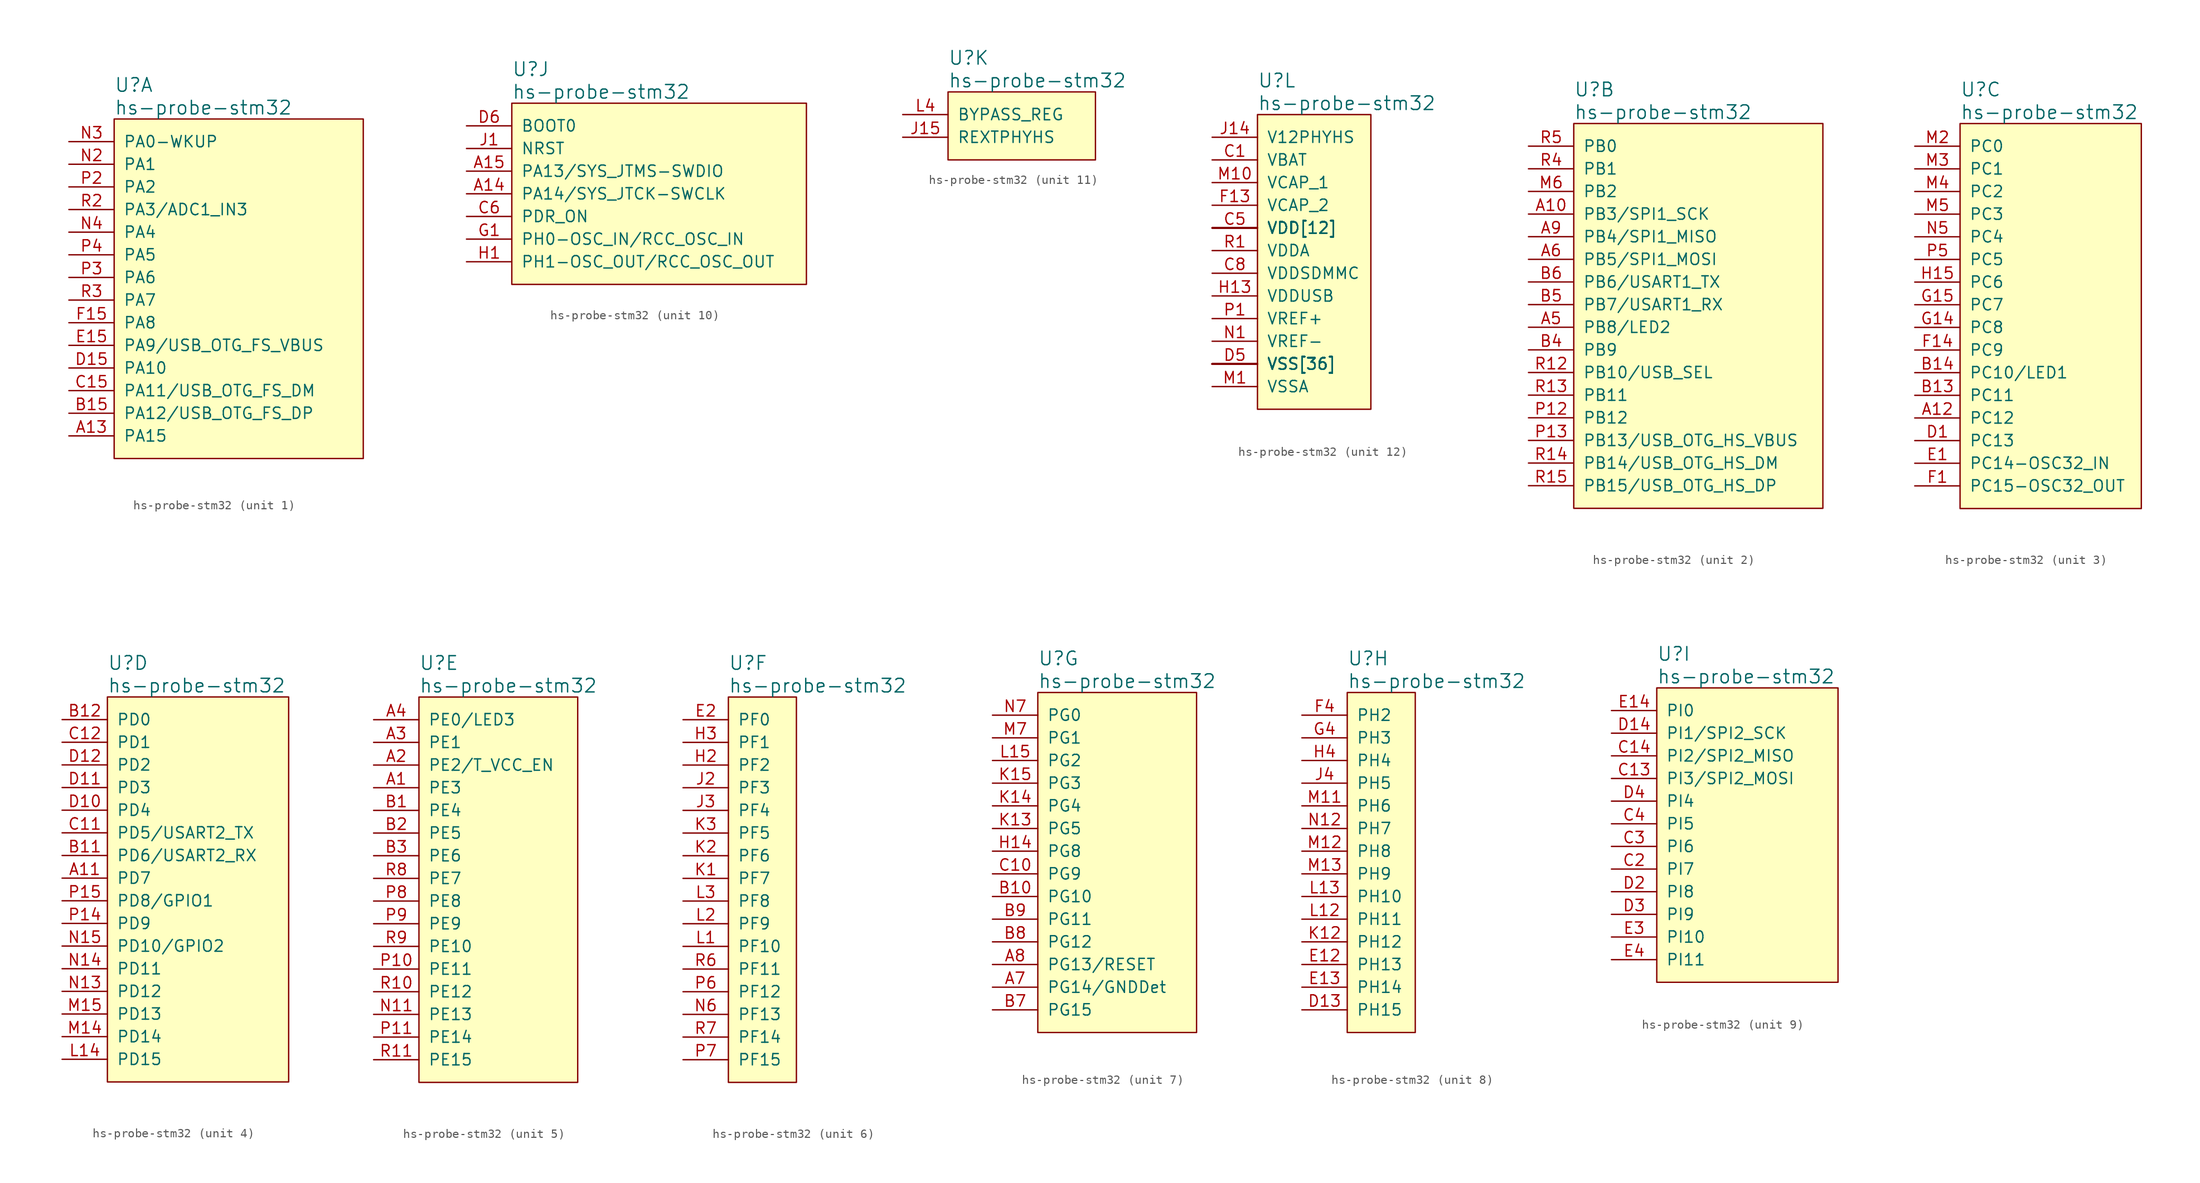
<source format=kicad_sym>
(kicad_symbol_lib
  (version 20211014)
  (generator kicad_symbol_editor)
  (symbol "hs-probe-stm32"
    (pin_names
      (offset 1.016))
    (property "Reference" "U"
      (at 5.08 6.35 0)
      (effects (font (size 1.524 1.524)) (justify left)))
    (property "Value" "hs-probe-stm32"
      (at 5.08 3.81 0)
      (effects (font (size 1.524 1.524)) (justify left)))
    (property "ki_locked" ""
      (at 0 0 0)
      (effects (font (size 1.27 1.27))))
    (symbol "hs-probe-stm32_1_1"
      (rectangle (start 5.08 2.54) (end 33.02 -35.56) (stroke (width 0) (type default) (color 0 0 0 0)) (fill (type background)))
      (pin bidirectional line (at 0 -33.02 0) (length 5.08) (name "PA15" (effects (font (size 1.27 1.27)))) (number "A13" (effects (font (size 1.27 1.27)))))
      (pin bidirectional line (at 0 -30.48 0) (length 5.08) (name "PA12/USB_OTG_FS_DP" (effects (font (size 1.27 1.27)))) (number "B15" (effects (font (size 1.27 1.27)))))
      (pin bidirectional line (at 0 -27.94 0) (length 5.08) (name "PA11/USB_OTG_FS_DM" (effects (font (size 1.27 1.27)))) (number "C15" (effects (font (size 1.27 1.27)))))
      (pin bidirectional line (at 0 -25.4 0) (length 5.08) (name "PA10" (effects (font (size 1.27 1.27)))) (number "D15" (effects (font (size 1.27 1.27)))))
      (pin bidirectional line (at 0 -22.86 0) (length 5.08) (name "PA9/USB_OTG_FS_VBUS" (effects (font (size 1.27 1.27)))) (number "E15" (effects (font (size 1.27 1.27)))))
      (pin bidirectional line (at 0 -20.32 0) (length 5.08) (name "PA8" (effects (font (size 1.27 1.27)))) (number "F15" (effects (font (size 1.27 1.27)))))
      (pin bidirectional line (at 0 -2.54 0) (length 5.08) (name "PA1" (effects (font (size 1.27 1.27)))) (number "N2" (effects (font (size 1.27 1.27)))))
      (pin bidirectional line (at 0 0 0) (length 5.08) (name "PA0-WKUP" (effects (font (size 1.27 1.27)))) (number "N3" (effects (font (size 1.27 1.27)))))
      (pin bidirectional line (at 0 -10.16 0) (length 5.08) (name "PA4" (effects (font (size 1.27 1.27)))) (number "N4" (effects (font (size 1.27 1.27)))))
      (pin bidirectional line (at 0 -5.08 0) (length 5.08) (name "PA2" (effects (font (size 1.27 1.27)))) (number "P2" (effects (font (size 1.27 1.27)))))
      (pin bidirectional line (at 0 -15.24 0) (length 5.08) (name "PA6" (effects (font (size 1.27 1.27)))) (number "P3" (effects (font (size 1.27 1.27)))))
      (pin bidirectional line (at 0 -12.7 0) (length 5.08) (name "PA5" (effects (font (size 1.27 1.27)))) (number "P4" (effects (font (size 1.27 1.27)))))
      (pin bidirectional line (at 0 -7.62 0) (length 5.08) (name "PA3/ADC1_IN3" (effects (font (size 1.27 1.27)))) (number "R2" (effects (font (size 1.27 1.27)))))
      (pin bidirectional line (at 0 -17.78 0) (length 5.08) (name "PA7" (effects (font (size 1.27 1.27)))) (number "R3" (effects (font (size 1.27 1.27))))))
    (symbol "hs-probe-stm32_2_1"
      (rectangle (start 5.08 2.54) (end 33.02 -40.64) (stroke (width 0) (type default) (color 0 0 0 0)) (fill (type background)))
      (pin bidirectional line (at 0 -7.62 0) (length 5.08) (name "PB3/SPI1_SCK" (effects (font (size 1.27 1.27)))) (number "A10" (effects (font (size 1.27 1.27)))))
      (pin output line (at 0 -20.32 0) (length 5.08) (name "PB8/LED2" (effects (font (size 1.27 1.27)))) (number "A5" (effects (font (size 1.27 1.27)))))
      (pin bidirectional line (at 0 -12.7 0) (length 5.08) (name "PB5/SPI1_MOSI" (effects (font (size 1.27 1.27)))) (number "A6" (effects (font (size 1.27 1.27)))))
      (pin bidirectional line (at 0 -10.16 0) (length 5.08) (name "PB4/SPI1_MISO" (effects (font (size 1.27 1.27)))) (number "A9" (effects (font (size 1.27 1.27)))))
      (pin bidirectional line (at 0 -22.86 0) (length 5.08) (name "PB9" (effects (font (size 1.27 1.27)))) (number "B4" (effects (font (size 1.27 1.27)))))
      (pin bidirectional line (at 0 -17.78 0) (length 5.08) (name "PB7/USART1_RX" (effects (font (size 1.27 1.27)))) (number "B5" (effects (font (size 1.27 1.27)))))
      (pin bidirectional line (at 0 -15.24 0) (length 5.08) (name "PB6/USART1_TX" (effects (font (size 1.27 1.27)))) (number "B6" (effects (font (size 1.27 1.27)))))
      (pin bidirectional line (at 0 -5.08 0) (length 5.08) (name "PB2" (effects (font (size 1.27 1.27)))) (number "M6" (effects (font (size 1.27 1.27)))))
      (pin bidirectional line (at 0 -30.48 0) (length 5.08) (name "PB12" (effects (font (size 1.27 1.27)))) (number "P12" (effects (font (size 1.27 1.27)))))
      (pin bidirectional line (at 0 -33.02 0) (length 5.08) (name "PB13/USB_OTG_HS_VBUS" (effects (font (size 1.27 1.27)))) (number "P13" (effects (font (size 1.27 1.27)))))
      (pin output line (at 0 -25.4 0) (length 5.08) (name "PB10/USB_SEL" (effects (font (size 1.27 1.27)))) (number "R12" (effects (font (size 1.27 1.27)))))
      (pin bidirectional line (at 0 -27.94 0) (length 5.08) (name "PB11" (effects (font (size 1.27 1.27)))) (number "R13" (effects (font (size 1.27 1.27)))))
      (pin bidirectional line (at 0 -35.56 0) (length 5.08) (name "PB14/USB_OTG_HS_DM" (effects (font (size 1.27 1.27)))) (number "R14" (effects (font (size 1.27 1.27)))))
      (pin bidirectional line (at 0 -38.1 0) (length 5.08) (name "PB15/USB_OTG_HS_DP" (effects (font (size 1.27 1.27)))) (number "R15" (effects (font (size 1.27 1.27)))))
      (pin bidirectional line (at 0 -2.54 0) (length 5.08) (name "PB1" (effects (font (size 1.27 1.27)))) (number "R4" (effects (font (size 1.27 1.27)))))
      (pin bidirectional line (at 0 0 0) (length 5.08) (name "PB0" (effects (font (size 1.27 1.27)))) (number "R5" (effects (font (size 1.27 1.27))))))
    (symbol "hs-probe-stm32_3_1"
      (rectangle (start 5.08 2.54) (end 25.4 -40.64) (stroke (width 0) (type default) (color 0 0 0 0)) (fill (type background)))
      (pin bidirectional line (at 0 -30.48 0) (length 5.08) (name "PC12" (effects (font (size 1.27 1.27)))) (number "A12" (effects (font (size 1.27 1.27)))))
      (pin bidirectional line (at 0 -27.94 0) (length 5.08) (name "PC11" (effects (font (size 1.27 1.27)))) (number "B13" (effects (font (size 1.27 1.27)))))
      (pin output line (at 0 -25.4 0) (length 5.08) (name "PC10/LED1" (effects (font (size 1.27 1.27)))) (number "B14" (effects (font (size 1.27 1.27)))))
      (pin bidirectional line (at 0 -33.02 0) (length 5.08) (name "PC13" (effects (font (size 1.27 1.27)))) (number "D1" (effects (font (size 1.27 1.27)))))
      (pin bidirectional line (at 0 -35.56 0) (length 5.08) (name "PC14-OSC32_IN" (effects (font (size 1.27 1.27)))) (number "E1" (effects (font (size 1.27 1.27)))))
      (pin bidirectional line (at 0 -38.1 0) (length 5.08) (name "PC15-OSC32_OUT" (effects (font (size 1.27 1.27)))) (number "F1" (effects (font (size 1.27 1.27)))))
      (pin bidirectional line (at 0 -22.86 0) (length 5.08) (name "PC9" (effects (font (size 1.27 1.27)))) (number "F14" (effects (font (size 1.27 1.27)))))
      (pin bidirectional line (at 0 -20.32 0) (length 5.08) (name "PC8" (effects (font (size 1.27 1.27)))) (number "G14" (effects (font (size 1.27 1.27)))))
      (pin bidirectional line (at 0 -17.78 0) (length 5.08) (name "PC7" (effects (font (size 1.27 1.27)))) (number "G15" (effects (font (size 1.27 1.27)))))
      (pin bidirectional line (at 0 -15.24 0) (length 5.08) (name "PC6" (effects (font (size 1.27 1.27)))) (number "H15" (effects (font (size 1.27 1.27)))))
      (pin bidirectional line (at 0 0 0) (length 5.08) (name "PC0" (effects (font (size 1.27 1.27)))) (number "M2" (effects (font (size 1.27 1.27)))))
      (pin bidirectional line (at 0 -2.54 0) (length 5.08) (name "PC1" (effects (font (size 1.27 1.27)))) (number "M3" (effects (font (size 1.27 1.27)))))
      (pin bidirectional line (at 0 -5.08 0) (length 5.08) (name "PC2" (effects (font (size 1.27 1.27)))) (number "M4" (effects (font (size 1.27 1.27)))))
      (pin bidirectional line (at 0 -7.62 0) (length 5.08) (name "PC3" (effects (font (size 1.27 1.27)))) (number "M5" (effects (font (size 1.27 1.27)))))
      (pin bidirectional line (at 0 -10.16 0) (length 5.08) (name "PC4" (effects (font (size 1.27 1.27)))) (number "N5" (effects (font (size 1.27 1.27)))))
      (pin bidirectional line (at 0 -12.7 0) (length 5.08) (name "PC5" (effects (font (size 1.27 1.27)))) (number "P5" (effects (font (size 1.27 1.27))))))
    (symbol "hs-probe-stm32_4_1"
      (rectangle (start 5.08 2.54) (end 25.4 -40.64) (stroke (width 0) (type default) (color 0 0 0 0)) (fill (type background)))
      (pin bidirectional line (at 0 -17.78 0) (length 5.08) (name "PD7" (effects (font (size 1.27 1.27)))) (number "A11" (effects (font (size 1.27 1.27)))))
      (pin bidirectional line (at 0 -15.24 0) (length 5.08) (name "PD6/USART2_RX" (effects (font (size 1.27 1.27)))) (number "B11" (effects (font (size 1.27 1.27)))))
      (pin bidirectional line (at 0 0 0) (length 5.08) (name "PD0" (effects (font (size 1.27 1.27)))) (number "B12" (effects (font (size 1.27 1.27)))))
      (pin bidirectional line (at 0 -12.7 0) (length 5.08) (name "PD5/USART2_TX" (effects (font (size 1.27 1.27)))) (number "C11" (effects (font (size 1.27 1.27)))))
      (pin bidirectional line (at 0 -2.54 0) (length 5.08) (name "PD1" (effects (font (size 1.27 1.27)))) (number "C12" (effects (font (size 1.27 1.27)))))
      (pin bidirectional line (at 0 -10.16 0) (length 5.08) (name "PD4" (effects (font (size 1.27 1.27)))) (number "D10" (effects (font (size 1.27 1.27)))))
      (pin bidirectional line (at 0 -7.62 0) (length 5.08) (name "PD3" (effects (font (size 1.27 1.27)))) (number "D11" (effects (font (size 1.27 1.27)))))
      (pin bidirectional line (at 0 -5.08 0) (length 5.08) (name "PD2" (effects (font (size 1.27 1.27)))) (number "D12" (effects (font (size 1.27 1.27)))))
      (pin bidirectional line (at 0 -38.1 0) (length 5.08) (name "PD15" (effects (font (size 1.27 1.27)))) (number "L14" (effects (font (size 1.27 1.27)))))
      (pin bidirectional line (at 0 -35.56 0) (length 5.08) (name "PD14" (effects (font (size 1.27 1.27)))) (number "M14" (effects (font (size 1.27 1.27)))))
      (pin bidirectional line (at 0 -33.02 0) (length 5.08) (name "PD13" (effects (font (size 1.27 1.27)))) (number "M15" (effects (font (size 1.27 1.27)))))
      (pin bidirectional line (at 0 -30.48 0) (length 5.08) (name "PD12" (effects (font (size 1.27 1.27)))) (number "N13" (effects (font (size 1.27 1.27)))))
      (pin bidirectional line (at 0 -27.94 0) (length 5.08) (name "PD11" (effects (font (size 1.27 1.27)))) (number "N14" (effects (font (size 1.27 1.27)))))
      (pin output line (at 0 -25.4 0) (length 5.08) (name "PD10/GPIO2" (effects (font (size 1.27 1.27)))) (number "N15" (effects (font (size 1.27 1.27)))))
      (pin bidirectional line (at 0 -22.86 0) (length 5.08) (name "PD9" (effects (font (size 1.27 1.27)))) (number "P14" (effects (font (size 1.27 1.27)))))
      (pin output line (at 0 -20.32 0) (length 5.08) (name "PD8/GPIO1" (effects (font (size 1.27 1.27)))) (number "P15" (effects (font (size 1.27 1.27))))))
    (symbol "hs-probe-stm32_5_1"
      (rectangle (start 5.08 2.54) (end 22.86 -40.64) (stroke (width 0) (type default) (color 0 0 0 0)) (fill (type background)))
      (pin bidirectional line (at 0 -7.62 0) (length 5.08) (name "PE3" (effects (font (size 1.27 1.27)))) (number "A1" (effects (font (size 1.27 1.27)))))
      (pin output line (at 0 -5.08 0) (length 5.08) (name "PE2/T_VCC_EN" (effects (font (size 1.27 1.27)))) (number "A2" (effects (font (size 1.27 1.27)))))
      (pin bidirectional line (at 0 -2.54 0) (length 5.08) (name "PE1" (effects (font (size 1.27 1.27)))) (number "A3" (effects (font (size 1.27 1.27)))))
      (pin output line (at 0 0 0) (length 5.08) (name "PE0/LED3" (effects (font (size 1.27 1.27)))) (number "A4" (effects (font (size 1.27 1.27)))))
      (pin bidirectional line (at 0 -10.16 0) (length 5.08) (name "PE4" (effects (font (size 1.27 1.27)))) (number "B1" (effects (font (size 1.27 1.27)))))
      (pin bidirectional line (at 0 -12.7 0) (length 5.08) (name "PE5" (effects (font (size 1.27 1.27)))) (number "B2" (effects (font (size 1.27 1.27)))))
      (pin bidirectional line (at 0 -15.24 0) (length 5.08) (name "PE6" (effects (font (size 1.27 1.27)))) (number "B3" (effects (font (size 1.27 1.27)))))
      (pin bidirectional line (at 0 -33.02 0) (length 5.08) (name "PE13" (effects (font (size 1.27 1.27)))) (number "N11" (effects (font (size 1.27 1.27)))))
      (pin bidirectional line (at 0 -27.94 0) (length 5.08) (name "PE11" (effects (font (size 1.27 1.27)))) (number "P10" (effects (font (size 1.27 1.27)))))
      (pin bidirectional line (at 0 -35.56 0) (length 5.08) (name "PE14" (effects (font (size 1.27 1.27)))) (number "P11" (effects (font (size 1.27 1.27)))))
      (pin bidirectional line (at 0 -20.32 0) (length 5.08) (name "PE8" (effects (font (size 1.27 1.27)))) (number "P8" (effects (font (size 1.27 1.27)))))
      (pin bidirectional line (at 0 -22.86 0) (length 5.08) (name "PE9" (effects (font (size 1.27 1.27)))) (number "P9" (effects (font (size 1.27 1.27)))))
      (pin bidirectional line (at 0 -30.48 0) (length 5.08) (name "PE12" (effects (font (size 1.27 1.27)))) (number "R10" (effects (font (size 1.27 1.27)))))
      (pin bidirectional line (at 0 -38.1 0) (length 5.08) (name "PE15" (effects (font (size 1.27 1.27)))) (number "R11" (effects (font (size 1.27 1.27)))))
      (pin bidirectional line (at 0 -17.78 0) (length 5.08) (name "PE7" (effects (font (size 1.27 1.27)))) (number "R8" (effects (font (size 1.27 1.27)))))
      (pin bidirectional line (at 0 -25.4 0) (length 5.08) (name "PE10" (effects (font (size 1.27 1.27)))) (number "R9" (effects (font (size 1.27 1.27))))))
    (symbol "hs-probe-stm32_6_1"
      (rectangle (start 5.08 2.54) (end 12.7 -40.64) (stroke (width 0) (type default) (color 0 0 0 0)) (fill (type background)))
      (pin bidirectional line (at 0 0 0) (length 5.08) (name "PF0" (effects (font (size 1.27 1.27)))) (number "E2" (effects (font (size 1.27 1.27)))))
      (pin bidirectional line (at 0 -5.08 0) (length 5.08) (name "PF2" (effects (font (size 1.27 1.27)))) (number "H2" (effects (font (size 1.27 1.27)))))
      (pin bidirectional line (at 0 -2.54 0) (length 5.08) (name "PF1" (effects (font (size 1.27 1.27)))) (number "H3" (effects (font (size 1.27 1.27)))))
      (pin bidirectional line (at 0 -7.62 0) (length 5.08) (name "PF3" (effects (font (size 1.27 1.27)))) (number "J2" (effects (font (size 1.27 1.27)))))
      (pin bidirectional line (at 0 -10.16 0) (length 5.08) (name "PF4" (effects (font (size 1.27 1.27)))) (number "J3" (effects (font (size 1.27 1.27)))))
      (pin bidirectional line (at 0 -17.78 0) (length 5.08) (name "PF7" (effects (font (size 1.27 1.27)))) (number "K1" (effects (font (size 1.27 1.27)))))
      (pin bidirectional line (at 0 -15.24 0) (length 5.08) (name "PF6" (effects (font (size 1.27 1.27)))) (number "K2" (effects (font (size 1.27 1.27)))))
      (pin bidirectional line (at 0 -12.7 0) (length 5.08) (name "PF5" (effects (font (size 1.27 1.27)))) (number "K3" (effects (font (size 1.27 1.27)))))
      (pin bidirectional line (at 0 -25.4 0) (length 5.08) (name "PF10" (effects (font (size 1.27 1.27)))) (number "L1" (effects (font (size 1.27 1.27)))))
      (pin bidirectional line (at 0 -22.86 0) (length 5.08) (name "PF9" (effects (font (size 1.27 1.27)))) (number "L2" (effects (font (size 1.27 1.27)))))
      (pin bidirectional line (at 0 -20.32 0) (length 5.08) (name "PF8" (effects (font (size 1.27 1.27)))) (number "L3" (effects (font (size 1.27 1.27)))))
      (pin bidirectional line (at 0 -33.02 0) (length 5.08) (name "PF13" (effects (font (size 1.27 1.27)))) (number "N6" (effects (font (size 1.27 1.27)))))
      (pin bidirectional line (at 0 -30.48 0) (length 5.08) (name "PF12" (effects (font (size 1.27 1.27)))) (number "P6" (effects (font (size 1.27 1.27)))))
      (pin bidirectional line (at 0 -38.1 0) (length 5.08) (name "PF15" (effects (font (size 1.27 1.27)))) (number "P7" (effects (font (size 1.27 1.27)))))
      (pin bidirectional line (at 0 -27.94 0) (length 5.08) (name "PF11" (effects (font (size 1.27 1.27)))) (number "R6" (effects (font (size 1.27 1.27)))))
      (pin bidirectional line (at 0 -35.56 0) (length 5.08) (name "PF14" (effects (font (size 1.27 1.27)))) (number "R7" (effects (font (size 1.27 1.27))))))
    (symbol "hs-probe-stm32_7_1"
      (rectangle (start 5.08 2.54) (end 22.86 -35.56) (stroke (width 0) (type default) (color 0 0 0 0)) (fill (type background)))
      (pin output line (at 0 -30.48 0) (length 5.08) (name "PG14/GNDDet" (effects (font (size 1.27 1.27)))) (number "A7" (effects (font (size 1.27 1.27)))))
      (pin output line (at 0 -27.94 0) (length 5.08) (name "PG13/RESET" (effects (font (size 1.27 1.27)))) (number "A8" (effects (font (size 1.27 1.27)))))
      (pin bidirectional line (at 0 -20.32 0) (length 5.08) (name "PG10" (effects (font (size 1.27 1.27)))) (number "B10" (effects (font (size 1.27 1.27)))))
      (pin bidirectional line (at 0 -33.02 0) (length 5.08) (name "PG15" (effects (font (size 1.27 1.27)))) (number "B7" (effects (font (size 1.27 1.27)))))
      (pin bidirectional line (at 0 -25.4 0) (length 5.08) (name "PG12" (effects (font (size 1.27 1.27)))) (number "B8" (effects (font (size 1.27 1.27)))))
      (pin bidirectional line (at 0 -22.86 0) (length 5.08) (name "PG11" (effects (font (size 1.27 1.27)))) (number "B9" (effects (font (size 1.27 1.27)))))
      (pin bidirectional line (at 0 -17.78 0) (length 5.08) (name "PG9" (effects (font (size 1.27 1.27)))) (number "C10" (effects (font (size 1.27 1.27)))))
      (pin bidirectional line (at 0 -15.24 0) (length 5.08) (name "PG8" (effects (font (size 1.27 1.27)))) (number "H14" (effects (font (size 1.27 1.27)))))
      (pin bidirectional line (at 0 -12.7 0) (length 5.08) (name "PG5" (effects (font (size 1.27 1.27)))) (number "K13" (effects (font (size 1.27 1.27)))))
      (pin bidirectional line (at 0 -10.16 0) (length 5.08) (name "PG4" (effects (font (size 1.27 1.27)))) (number "K14" (effects (font (size 1.27 1.27)))))
      (pin bidirectional line (at 0 -7.62 0) (length 5.08) (name "PG3" (effects (font (size 1.27 1.27)))) (number "K15" (effects (font (size 1.27 1.27)))))
      (pin bidirectional line (at 0 -5.08 0) (length 5.08) (name "PG2" (effects (font (size 1.27 1.27)))) (number "L15" (effects (font (size 1.27 1.27)))))
      (pin bidirectional line (at 0 -2.54 0) (length 5.08) (name "PG1" (effects (font (size 1.27 1.27)))) (number "M7" (effects (font (size 1.27 1.27)))))
      (pin bidirectional line (at 0 0 0) (length 5.08) (name "PG0" (effects (font (size 1.27 1.27)))) (number "N7" (effects (font (size 1.27 1.27))))))
    (symbol "hs-probe-stm32_8_1"
      (rectangle (start 5.08 2.54) (end 12.7 -35.56) (stroke (width 0) (type default) (color 0 0 0 0)) (fill (type background)))
      (pin bidirectional line (at 0 -33.02 0) (length 5.08) (name "PH15" (effects (font (size 1.27 1.27)))) (number "D13" (effects (font (size 1.27 1.27)))))
      (pin bidirectional line (at 0 -27.94 0) (length 5.08) (name "PH13" (effects (font (size 1.27 1.27)))) (number "E12" (effects (font (size 1.27 1.27)))))
      (pin bidirectional line (at 0 -30.48 0) (length 5.08) (name "PH14" (effects (font (size 1.27 1.27)))) (number "E13" (effects (font (size 1.27 1.27)))))
      (pin bidirectional line (at 0 0 0) (length 5.08) (name "PH2" (effects (font (size 1.27 1.27)))) (number "F4" (effects (font (size 1.27 1.27)))))
      (pin bidirectional line (at 0 -2.54 0) (length 5.08) (name "PH3" (effects (font (size 1.27 1.27)))) (number "G4" (effects (font (size 1.27 1.27)))))
      (pin bidirectional line (at 0 -5.08 0) (length 5.08) (name "PH4" (effects (font (size 1.27 1.27)))) (number "H4" (effects (font (size 1.27 1.27)))))
      (pin bidirectional line (at 0 -7.62 0) (length 5.08) (name "PH5" (effects (font (size 1.27 1.27)))) (number "J4" (effects (font (size 1.27 1.27)))))
      (pin bidirectional line (at 0 -25.4 0) (length 5.08) (name "PH12" (effects (font (size 1.27 1.27)))) (number "K12" (effects (font (size 1.27 1.27)))))
      (pin bidirectional line (at 0 -22.86 0) (length 5.08) (name "PH11" (effects (font (size 1.27 1.27)))) (number "L12" (effects (font (size 1.27 1.27)))))
      (pin bidirectional line (at 0 -20.32 0) (length 5.08) (name "PH10" (effects (font (size 1.27 1.27)))) (number "L13" (effects (font (size 1.27 1.27)))))
      (pin bidirectional line (at 0 -10.16 0) (length 5.08) (name "PH6" (effects (font (size 1.27 1.27)))) (number "M11" (effects (font (size 1.27 1.27)))))
      (pin bidirectional line (at 0 -15.24 0) (length 5.08) (name "PH8" (effects (font (size 1.27 1.27)))) (number "M12" (effects (font (size 1.27 1.27)))))
      (pin bidirectional line (at 0 -17.78 0) (length 5.08) (name "PH9" (effects (font (size 1.27 1.27)))) (number "M13" (effects (font (size 1.27 1.27)))))
      (pin bidirectional line (at 0 -12.7 0) (length 5.08) (name "PH7" (effects (font (size 1.27 1.27)))) (number "N12" (effects (font (size 1.27 1.27))))))
    (symbol "hs-probe-stm32_9_1"
      (rectangle (start 5.08 2.54) (end 25.4 -30.48) (stroke (width 0) (type default) (color 0 0 0 0)) (fill (type background)))
      (pin bidirectional line (at 0 -7.62 0) (length 5.08) (name "PI3/SPI2_MOSI" (effects (font (size 1.27 1.27)))) (number "C13" (effects (font (size 1.27 1.27)))))
      (pin bidirectional line (at 0 -5.08 0) (length 5.08) (name "PI2/SPI2_MISO" (effects (font (size 1.27 1.27)))) (number "C14" (effects (font (size 1.27 1.27)))))
      (pin bidirectional line (at 0 -17.78 0) (length 5.08) (name "PI7" (effects (font (size 1.27 1.27)))) (number "C2" (effects (font (size 1.27 1.27)))))
      (pin bidirectional line (at 0 -15.24 0) (length 5.08) (name "PI6" (effects (font (size 1.27 1.27)))) (number "C3" (effects (font (size 1.27 1.27)))))
      (pin bidirectional line (at 0 -12.7 0) (length 5.08) (name "PI5" (effects (font (size 1.27 1.27)))) (number "C4" (effects (font (size 1.27 1.27)))))
      (pin bidirectional line (at 0 -2.54 0) (length 5.08) (name "PI1/SPI2_SCK" (effects (font (size 1.27 1.27)))) (number "D14" (effects (font (size 1.27 1.27)))))
      (pin bidirectional line (at 0 -20.32 0) (length 5.08) (name "PI8" (effects (font (size 1.27 1.27)))) (number "D2" (effects (font (size 1.27 1.27)))))
      (pin bidirectional line (at 0 -22.86 0) (length 5.08) (name "PI9" (effects (font (size 1.27 1.27)))) (number "D3" (effects (font (size 1.27 1.27)))))
      (pin bidirectional line (at 0 -10.16 0) (length 5.08) (name "PI4" (effects (font (size 1.27 1.27)))) (number "D4" (effects (font (size 1.27 1.27)))))
      (pin bidirectional line (at 0 0 0) (length 5.08) (name "PI0" (effects (font (size 1.27 1.27)))) (number "E14" (effects (font (size 1.27 1.27)))))
      (pin bidirectional line (at 0 -25.4 0) (length 5.08) (name "PI10" (effects (font (size 1.27 1.27)))) (number "E3" (effects (font (size 1.27 1.27)))))
      (pin bidirectional line (at 0 -27.94 0) (length 5.08) (name "PI11" (effects (font (size 1.27 1.27)))) (number "E4" (effects (font (size 1.27 1.27))))))
    (symbol "hs-probe-stm32_10_1"
      (rectangle (start 5.08 2.54) (end 38.1 -17.78) (stroke (width 0) (type default) (color 0 0 0 0)) (fill (type background)))
      (pin bidirectional line (at 0 -7.62 0) (length 5.08) (name "PA14/SYS_JTCK-SWCLK" (effects (font (size 1.27 1.27)))) (number "A14" (effects (font (size 1.27 1.27)))))
      (pin bidirectional line (at 0 -5.08 0) (length 5.08) (name "PA13/SYS_JTMS-SWDIO" (effects (font (size 1.27 1.27)))) (number "A15" (effects (font (size 1.27 1.27)))))
      (pin input line (at 0 -10.16 0) (length 5.08) (name "PDR_ON" (effects (font (size 1.27 1.27)))) (number "C6" (effects (font (size 1.27 1.27)))))
      (pin input line (at 0 0 0) (length 5.08) (name "BOOT0" (effects (font (size 1.27 1.27)))) (number "D6" (effects (font (size 1.27 1.27)))))
      (pin bidirectional line (at 0 -12.7 0) (length 5.08) (name "PH0-OSC_IN/RCC_OSC_IN" (effects (font (size 1.27 1.27)))) (number "G1" (effects (font (size 1.27 1.27)))))
      (pin bidirectional line (at 0 -15.24 0) (length 5.08) (name "PH1-OSC_OUT/RCC_OSC_OUT" (effects (font (size 1.27 1.27)))) (number "H1" (effects (font (size 1.27 1.27)))))
      (pin input line (at 0 -2.54 0) (length 5.08) (name "NRST" (effects (font (size 1.27 1.27)))) (number "J1" (effects (font (size 1.27 1.27))))))
    (symbol "hs-probe-stm32_11_1"
      (rectangle (start 5.08 2.54) (end 21.59 -5.08) (stroke (width 0) (type default) (color 0 0 0 0)) (fill (type background)))
      (pin bidirectional line (at 0 -2.54 0) (length 5.08) (name "REXTPHYHS" (effects (font (size 1.27 1.27)))) (number "J15" (effects (font (size 1.27 1.27)))))
      (pin input line (at 0 0 0) (length 5.08) (name "BYPASS_REG" (effects (font (size 1.27 1.27)))) (number "L4" (effects (font (size 1.27 1.27))))))
    (symbol "hs-probe-stm32_12_1"
      (rectangle (start 5.08 2.54) (end 17.78 -30.48) (stroke (width 0) (type default) (color 0 0 0 0)) (fill (type background)))
      (pin power_in line (at 0 -2.54 0) (length 5.08) (name "VBAT" (effects (font (size 1.27 1.27)))) (number "C1" (effects (font (size 1.27 1.27)))))
      (pin power_in line (at 0 -10.16 0) (length 5.08) (name "VDD[12]" (effects (font (size 1.27 1.27)))) (number "C5" (effects (font (size 1.27 1.27)))))
      (pin power_in line (at 0 -10.16 0) (length 5.08) (name "VDD[12]" (effects (font (size 1.27 1.27)))) (number "C7" (effects (font (size 0 0)))))
      (pin power_in line (at 0 -15.24 0) (length 5.08) (name "VDDSDMMC" (effects (font (size 1.27 1.27)))) (number "C8" (effects (font (size 1.27 1.27)))))
      (pin power_in line (at 0 -10.16 0) (length 5.08) (name "VDD[12]" (effects (font (size 1.27 1.27)))) (number "C9" (effects (font (size 0 0)))))
      (pin power_in line (at 0 -25.4 0) (length 5.08) (name "VSS[36]" (effects (font (size 1.27 1.27)))) (number "D5" (effects (font (size 1.27 1.27)))))
      (pin power_in line (at 0 -25.4 0) (length 5.08) (name "VSS[36]" (effects (font (size 1.27 1.27)))) (number "D7" (effects (font (size 0 0)))))
      (pin power_in line (at 0 -25.4 0) (length 5.08) (name "VSS[36]" (effects (font (size 1.27 1.27)))) (number "D8" (effects (font (size 0 0)))))
      (pin power_in line (at 0 -25.4 0) (length 5.08) (name "VSS[36]" (effects (font (size 1.27 1.27)))) (number "D9" (effects (font (size 0 0)))))
      (pin power_in line (at 0 -25.4 0) (length 5.08) (name "VSS[36]" (effects (font (size 1.27 1.27)))) (number "F10" (effects (font (size 0 0)))))
      (pin power_in line (at 0 -25.4 0) (length 5.08) (name "VSS[36]" (effects (font (size 1.27 1.27)))) (number "F12" (effects (font (size 0 0)))))
      (pin passive line (at 0 -7.62 0) (length 5.08) (name "VCAP_2" (effects (font (size 1.27 1.27)))) (number "F13" (effects (font (size 1.27 1.27)))))
      (pin power_in line (at 0 -25.4 0) (length 5.08) (name "VSS[36]" (effects (font (size 1.27 1.27)))) (number "F2" (effects (font (size 0 0)))))
      (pin power_in line (at 0 -10.16 0) (length 5.08) (name "VDD[12]" (effects (font (size 1.27 1.27)))) (number "F3" (effects (font (size 0 0)))))
      (pin power_in line (at 0 -25.4 0) (length 5.08) (name "VSS[36]" (effects (font (size 1.27 1.27)))) (number "F6" (effects (font (size 0 0)))))
      (pin power_in line (at 0 -25.4 0) (length 5.08) (name "VSS[36]" (effects (font (size 1.27 1.27)))) (number "F7" (effects (font (size 0 0)))))
      (pin power_in line (at 0 -25.4 0) (length 5.08) (name "VSS[36]" (effects (font (size 1.27 1.27)))) (number "F8" (effects (font (size 0 0)))))
      (pin power_in line (at 0 -25.4 0) (length 5.08) (name "VSS[36]" (effects (font (size 1.27 1.27)))) (number "F9" (effects (font (size 0 0)))))
      (pin power_in line (at 0 -25.4 0) (length 5.08) (name "VSS[36]" (effects (font (size 1.27 1.27)))) (number "G10" (effects (font (size 0 0)))))
      (pin power_in line (at 0 -25.4 0) (length 5.08) (name "VSS[36]" (effects (font (size 1.27 1.27)))) (number "G12" (effects (font (size 0 0)))))
      (pin power_in line (at 0 -10.16 0) (length 5.08) (name "VDD[12]" (effects (font (size 1.27 1.27)))) (number "G13" (effects (font (size 0 0)))))
      (pin power_in line (at 0 -25.4 0) (length 5.08) (name "VSS[36]" (effects (font (size 1.27 1.27)))) (number "G2" (effects (font (size 0 0)))))
      (pin power_in line (at 0 -10.16 0) (length 5.08) (name "VDD[12]" (effects (font (size 1.27 1.27)))) (number "G3" (effects (font (size 0 0)))))
      (pin power_in line (at 0 -25.4 0) (length 5.08) (name "VSS[36]" (effects (font (size 1.27 1.27)))) (number "G6" (effects (font (size 0 0)))))
      (pin power_in line (at 0 -25.4 0) (length 5.08) (name "VSS[36]" (effects (font (size 1.27 1.27)))) (number "G7" (effects (font (size 0 0)))))
      (pin power_in line (at 0 -25.4 0) (length 5.08) (name "VSS[36]" (effects (font (size 1.27 1.27)))) (number "G8" (effects (font (size 0 0)))))
      (pin power_in line (at 0 -25.4 0) (length 5.08) (name "VSS[36]" (effects (font (size 1.27 1.27)))) (number "G9" (effects (font (size 0 0)))))
      (pin power_in line (at 0 -25.4 0) (length 5.08) (name "VSS[36]" (effects (font (size 1.27 1.27)))) (number "H10" (effects (font (size 0 0)))))
      (pin power_in line (at 0 -25.4 0) (length 5.08) (name "VSS[36]" (effects (font (size 1.27 1.27)))) (number "H12" (effects (font (size 0 0)))))
      (pin power_in line (at 0 -17.78 0) (length 5.08) (name "VDDUSB" (effects (font (size 1.27 1.27)))) (number "H13" (effects (font (size 1.27 1.27)))))
      (pin power_in line (at 0 -25.4 0) (length 5.08) (name "VSS[36]" (effects (font (size 1.27 1.27)))) (number "H6" (effects (font (size 0 0)))))
      (pin power_in line (at 0 -25.4 0) (length 5.08) (name "VSS[36]" (effects (font (size 1.27 1.27)))) (number "H7" (effects (font (size 0 0)))))
      (pin power_in line (at 0 -25.4 0) (length 5.08) (name "VSS[36]" (effects (font (size 1.27 1.27)))) (number "H8" (effects (font (size 0 0)))))
      (pin power_in line (at 0 -25.4 0) (length 5.08) (name "VSS[36]" (effects (font (size 1.27 1.27)))) (number "H9" (effects (font (size 0 0)))))
      (pin power_in line (at 0 -25.4 0) (length 5.08) (name "VSS[36]" (effects (font (size 1.27 1.27)))) (number "J10" (effects (font (size 0 0)))))
      (pin power_in line (at 0 -10.16 0) (length 5.08) (name "VDD[12]" (effects (font (size 1.27 1.27)))) (number "J12" (effects (font (size 0 0)))))
      (pin power_in line (at 0 -10.16 0) (length 5.08) (name "VDD[12]" (effects (font (size 1.27 1.27)))) (number "J13" (effects (font (size 0 0)))))
      (pin passive line (at 0 0 0) (length 5.08) (name "V12PHYHS" (effects (font (size 1.27 1.27)))) (number "J14" (effects (font (size 1.27 1.27)))))
      (pin power_in line (at 0 -25.4 0) (length 5.08) (name "VSS[36]" (effects (font (size 1.27 1.27)))) (number "J6" (effects (font (size 0 0)))))
      (pin power_in line (at 0 -25.4 0) (length 5.08) (name "VSS[36]" (effects (font (size 1.27 1.27)))) (number "J7" (effects (font (size 0 0)))))
      (pin power_in line (at 0 -25.4 0) (length 5.08) (name "VSS[36]" (effects (font (size 1.27 1.27)))) (number "J8" (effects (font (size 0 0)))))
      (pin power_in line (at 0 -25.4 0) (length 5.08) (name "VSS[36]" (effects (font (size 1.27 1.27)))) (number "J9" (effects (font (size 0 0)))))
      (pin power_in line (at 0 -25.4 0) (length 5.08) (name "VSS[36]" (effects (font (size 1.27 1.27)))) (number "K10" (effects (font (size 0 0)))))
      (pin power_in line (at 0 -10.16 0) (length 5.08) (name "VDD[12]" (effects (font (size 1.27 1.27)))) (number "K4" (effects (font (size 0 0)))))
      (pin power_in line (at 0 -25.4 0) (length 5.08) (name "VSS[36]" (effects (font (size 1.27 1.27)))) (number "K6" (effects (font (size 0 0)))))
      (pin power_in line (at 0 -25.4 0) (length 5.08) (name "VSS[36]" (effects (font (size 1.27 1.27)))) (number "K7" (effects (font (size 0 0)))))
      (pin power_in line (at 0 -25.4 0) (length 5.08) (name "VSS[36]" (effects (font (size 1.27 1.27)))) (number "K8" (effects (font (size 0 0)))))
      (pin power_in line (at 0 -25.4 0) (length 5.08) (name "VSS[36]" (effects (font (size 1.27 1.27)))) (number "K9" (effects (font (size 0 0)))))
      (pin power_in line (at 0 -27.94 0) (length 5.08) (name "VSSA" (effects (font (size 1.27 1.27)))) (number "M1" (effects (font (size 1.27 1.27)))))
      (pin passive line (at 0 -5.08 0) (length 5.08) (name "VCAP_1" (effects (font (size 1.27 1.27)))) (number "M10" (effects (font (size 1.27 1.27)))))
      (pin power_in line (at 0 -25.4 0) (length 5.08) (name "VSS[36]" (effects (font (size 1.27 1.27)))) (number "M8" (effects (font (size 0 0)))))
      (pin power_in line (at 0 -25.4 0) (length 5.08) (name "VSS[36]" (effects (font (size 1.27 1.27)))) (number "M9" (effects (font (size 0 0)))))
      (pin power_in line (at 0 -22.86 0) (length 5.08) (name "VREF-" (effects (font (size 1.27 1.27)))) (number "N1" (effects (font (size 1.27 1.27)))))
      (pin power_in line (at 0 -10.16 0) (length 5.08) (name "VDD[12]" (effects (font (size 1.27 1.27)))) (number "N10" (effects (font (size 0 0)))))
      (pin power_in line (at 0 -10.16 0) (length 5.08) (name "VDD[12]" (effects (font (size 1.27 1.27)))) (number "N8" (effects (font (size 0 0)))))
      (pin power_in line (at 0 -10.16 0) (length 5.08) (name "VDD[12]" (effects (font (size 1.27 1.27)))) (number "N9" (effects (font (size 0 0)))))
      (pin power_in line (at 0 -20.32 0) (length 5.08) (name "VREF+" (effects (font (size 1.27 1.27)))) (number "P1" (effects (font (size 1.27 1.27)))))
      (pin power_in line (at 0 -12.7 0) (length 5.08) (name "VDDA" (effects (font (size 1.27 1.27)))) (number "R1" (effects (font (size 1.27 1.27))))))))
</source>
